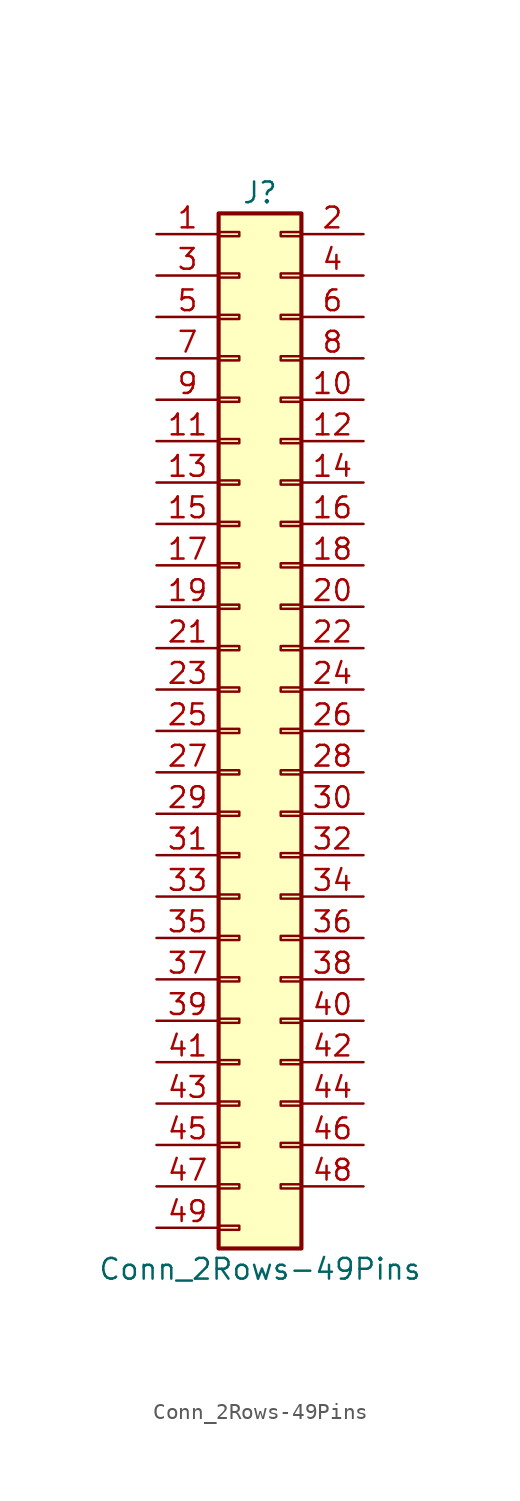
<source format=kicad_sym>
(kicad_symbol_lib
  (version 20220914)
  (generator kicad_symbol_editor)
  (symbol "Conn_2Rows-49Pins"
    (pin_names
      (offset 1.016) hide)
    (property "Reference" "J"
      (at 1.27 33.02 0)
      (effects (font (size 1.27 1.27))))
    (property "Value" "Conn_2Rows-49Pins"
      (at 1.27 -33.02 0)
      (effects (font (size 1.27 1.27))))
    (symbol "Conn_2Rows-49Pins_1_1"
      (rectangle (start -1.27 -30.353) (end 0 -30.607) (stroke (width 0.152) (type solid)) (fill (type none)))
      (rectangle (start -1.27 -27.813) (end 0 -28.067) (stroke (width 0.152) (type solid)) (fill (type none)))
      (rectangle (start -1.27 -25.273) (end 0 -25.527) (stroke (width 0.152) (type solid)) (fill (type none)))
      (rectangle (start -1.27 -22.733) (end 0 -22.987) (stroke (width 0.152) (type solid)) (fill (type none)))
      (rectangle (start -1.27 -20.193) (end 0 -20.447) (stroke (width 0.152) (type solid)) (fill (type none)))
      (rectangle (start -1.27 -17.653) (end 0 -17.907) (stroke (width 0.152) (type solid)) (fill (type none)))
      (rectangle (start -1.27 -15.113) (end 0 -15.367) (stroke (width 0.152) (type solid)) (fill (type none)))
      (rectangle (start -1.27 -12.573) (end 0 -12.827) (stroke (width 0.152) (type solid)) (fill (type none)))
      (rectangle (start -1.27 -10.033) (end 0 -10.287) (stroke (width 0.152) (type solid)) (fill (type none)))
      (rectangle (start -1.27 -7.493) (end 0 -7.747) (stroke (width 0.152) (type solid)) (fill (type none)))
      (rectangle (start -1.27 -4.953) (end 0 -5.207) (stroke (width 0.152) (type solid)) (fill (type none)))
      (rectangle (start -1.27 -2.413) (end 0 -2.667) (stroke (width 0.152) (type solid)) (fill (type none)))
      (rectangle (start -1.27 0.127) (end 0 -0.127) (stroke (width 0.152) (type solid)) (fill (type none)))
      (rectangle (start -1.27 2.667) (end 0 2.413) (stroke (width 0.152) (type solid)) (fill (type none)))
      (rectangle (start -1.27 5.207) (end 0 4.953) (stroke (width 0.152) (type solid)) (fill (type none)))
      (rectangle (start -1.27 7.747) (end 0 7.493) (stroke (width 0.152) (type solid)) (fill (type none)))
      (rectangle (start -1.27 10.287) (end 0 10.033) (stroke (width 0.152) (type solid)) (fill (type none)))
      (rectangle (start -1.27 12.827) (end 0 12.573) (stroke (width 0.152) (type solid)) (fill (type none)))
      (rectangle (start -1.27 15.367) (end 0 15.113) (stroke (width 0.152) (type solid)) (fill (type none)))
      (rectangle (start -1.27 17.907) (end 0 17.653) (stroke (width 0.152) (type solid)) (fill (type none)))
      (rectangle (start -1.27 20.447) (end 0 20.193) (stroke (width 0.152) (type solid)) (fill (type none)))
      (rectangle (start -1.27 22.987) (end 0 22.733) (stroke (width 0.152) (type solid)) (fill (type none)))
      (rectangle (start -1.27 25.527) (end 0 25.273) (stroke (width 0.152) (type solid)) (fill (type none)))
      (rectangle (start -1.27 28.067) (end 0 27.813) (stroke (width 0.152) (type solid)) (fill (type none)))
      (rectangle (start -1.27 30.607) (end 0 30.353) (stroke (width 0.152) (type solid)) (fill (type none)))
      (rectangle (start -1.27 31.75) (end 3.81 -31.75) (stroke (width 0.254) (type solid)) (fill (type background)))
      (rectangle (start 3.81 -27.813) (end 2.54 -28.067) (stroke (width 0.152) (type solid)) (fill (type none)))
      (rectangle (start 3.81 -25.273) (end 2.54 -25.527) (stroke (width 0.152) (type solid)) (fill (type none)))
      (rectangle (start 3.81 -22.733) (end 2.54 -22.987) (stroke (width 0.152) (type solid)) (fill (type none)))
      (rectangle (start 3.81 -20.193) (end 2.54 -20.447) (stroke (width 0.152) (type solid)) (fill (type none)))
      (rectangle (start 3.81 -17.653) (end 2.54 -17.907) (stroke (width 0.152) (type solid)) (fill (type none)))
      (rectangle (start 3.81 -15.113) (end 2.54 -15.367) (stroke (width 0.152) (type solid)) (fill (type none)))
      (rectangle (start 3.81 -12.573) (end 2.54 -12.827) (stroke (width 0.152) (type solid)) (fill (type none)))
      (rectangle (start 3.81 -10.033) (end 2.54 -10.287) (stroke (width 0.152) (type solid)) (fill (type none)))
      (rectangle (start 3.81 -7.493) (end 2.54 -7.747) (stroke (width 0.152) (type solid)) (fill (type none)))
      (rectangle (start 3.81 -4.953) (end 2.54 -5.207) (stroke (width 0.152) (type solid)) (fill (type none)))
      (rectangle (start 3.81 -2.413) (end 2.54 -2.667) (stroke (width 0.152) (type solid)) (fill (type none)))
      (rectangle (start 3.81 0.127) (end 2.54 -0.127) (stroke (width 0.152) (type solid)) (fill (type none)))
      (rectangle (start 3.81 2.667) (end 2.54 2.413) (stroke (width 0.152) (type solid)) (fill (type none)))
      (rectangle (start 3.81 5.207) (end 2.54 4.953) (stroke (width 0.152) (type solid)) (fill (type none)))
      (rectangle (start 3.81 7.747) (end 2.54 7.493) (stroke (width 0.152) (type solid)) (fill (type none)))
      (rectangle (start 3.81 10.287) (end 2.54 10.033) (stroke (width 0.152) (type solid)) (fill (type none)))
      (rectangle (start 3.81 12.827) (end 2.54 12.573) (stroke (width 0.152) (type solid)) (fill (type none)))
      (rectangle (start 3.81 15.367) (end 2.54 15.113) (stroke (width 0.152) (type solid)) (fill (type none)))
      (rectangle (start 3.81 17.907) (end 2.54 17.653) (stroke (width 0.152) (type solid)) (fill (type none)))
      (rectangle (start 3.81 20.447) (end 2.54 20.193) (stroke (width 0.152) (type solid)) (fill (type none)))
      (rectangle (start 3.81 22.987) (end 2.54 22.733) (stroke (width 0.152) (type solid)) (fill (type none)))
      (rectangle (start 3.81 25.527) (end 2.54 25.273) (stroke (width 0.152) (type solid)) (fill (type none)))
      (rectangle (start 3.81 28.067) (end 2.54 27.813) (stroke (width 0.152) (type solid)) (fill (type none)))
      (rectangle (start 3.81 30.607) (end 2.54 30.353) (stroke (width 0.152) (type solid)) (fill (type none)))
      (pin passive line (at -5.08 30.48 0) (length 3.81) (name "Pin_1" (effects (font (size 1.27 1.27)))) (number "1" (effects (font (size 1.27 1.27)))))
      (pin passive line (at 7.62 20.32 180) (length 3.81) (name "Pin_10" (effects (font (size 1.27 1.27)))) (number "10" (effects (font (size 1.27 1.27)))))
      (pin passive line (at -5.08 17.78 0) (length 3.81) (name "Pin_11" (effects (font (size 1.27 1.27)))) (number "11" (effects (font (size 1.27 1.27)))))
      (pin passive line (at 7.62 17.78 180) (length 3.81) (name "Pin_12" (effects (font (size 1.27 1.27)))) (number "12" (effects (font (size 1.27 1.27)))))
      (pin passive line (at -5.08 15.24 0) (length 3.81) (name "Pin_13" (effects (font (size 1.27 1.27)))) (number "13" (effects (font (size 1.27 1.27)))))
      (pin passive line (at 7.62 15.24 180) (length 3.81) (name "Pin_14" (effects (font (size 1.27 1.27)))) (number "14" (effects (font (size 1.27 1.27)))))
      (pin passive line (at -5.08 12.7 0) (length 3.81) (name "Pin_15" (effects (font (size 1.27 1.27)))) (number "15" (effects (font (size 1.27 1.27)))))
      (pin passive line (at 7.62 12.7 180) (length 3.81) (name "Pin_16" (effects (font (size 1.27 1.27)))) (number "16" (effects (font (size 1.27 1.27)))))
      (pin passive line (at -5.08 10.16 0) (length 3.81) (name "Pin_17" (effects (font (size 1.27 1.27)))) (number "17" (effects (font (size 1.27 1.27)))))
      (pin passive line (at 7.62 10.16 180) (length 3.81) (name "Pin_18" (effects (font (size 1.27 1.27)))) (number "18" (effects (font (size 1.27 1.27)))))
      (pin passive line (at -5.08 7.62 0) (length 3.81) (name "Pin_19" (effects (font (size 1.27 1.27)))) (number "19" (effects (font (size 1.27 1.27)))))
      (pin passive line (at 7.62 30.48 180) (length 3.81) (name "Pin_2" (effects (font (size 1.27 1.27)))) (number "2" (effects (font (size 1.27 1.27)))))
      (pin passive line (at 7.62 7.62 180) (length 3.81) (name "Pin_20" (effects (font (size 1.27 1.27)))) (number "20" (effects (font (size 1.27 1.27)))))
      (pin passive line (at -5.08 5.08 0) (length 3.81) (name "Pin_21" (effects (font (size 1.27 1.27)))) (number "21" (effects (font (size 1.27 1.27)))))
      (pin passive line (at 7.62 5.08 180) (length 3.81) (name "Pin_22" (effects (font (size 1.27 1.27)))) (number "22" (effects (font (size 1.27 1.27)))))
      (pin passive line (at -5.08 2.54 0) (length 3.81) (name "Pin_23" (effects (font (size 1.27 1.27)))) (number "23" (effects (font (size 1.27 1.27)))))
      (pin passive line (at 7.62 2.54 180) (length 3.81) (name "Pin_24" (effects (font (size 1.27 1.27)))) (number "24" (effects (font (size 1.27 1.27)))))
      (pin passive line (at -5.08 0 0) (length 3.81) (name "Pin_25" (effects (font (size 1.27 1.27)))) (number "25" (effects (font (size 1.27 1.27)))))
      (pin passive line (at 7.62 0 180) (length 3.81) (name "Pin_26" (effects (font (size 1.27 1.27)))) (number "26" (effects (font (size 1.27 1.27)))))
      (pin passive line (at -5.08 -2.54 0) (length 3.81) (name "Pin_27" (effects (font (size 1.27 1.27)))) (number "27" (effects (font (size 1.27 1.27)))))
      (pin passive line (at 7.62 -2.54 180) (length 3.81) (name "Pin_28" (effects (font (size 1.27 1.27)))) (number "28" (effects (font (size 1.27 1.27)))))
      (pin passive line (at -5.08 -5.08 0) (length 3.81) (name "Pin_29" (effects (font (size 1.27 1.27)))) (number "29" (effects (font (size 1.27 1.27)))))
      (pin passive line (at -5.08 27.94 0) (length 3.81) (name "Pin_3" (effects (font (size 1.27 1.27)))) (number "3" (effects (font (size 1.27 1.27)))))
      (pin passive line (at 7.62 -5.08 180) (length 3.81) (name "Pin_30" (effects (font (size 1.27 1.27)))) (number "30" (effects (font (size 1.27 1.27)))))
      (pin passive line (at -5.08 -7.62 0) (length 3.81) (name "Pin_31" (effects (font (size 1.27 1.27)))) (number "31" (effects (font (size 1.27 1.27)))))
      (pin passive line (at 7.62 -7.62 180) (length 3.81) (name "Pin_32" (effects (font (size 1.27 1.27)))) (number "32" (effects (font (size 1.27 1.27)))))
      (pin passive line (at -5.08 -10.16 0) (length 3.81) (name "Pin_33" (effects (font (size 1.27 1.27)))) (number "33" (effects (font (size 1.27 1.27)))))
      (pin passive line (at 7.62 -10.16 180) (length 3.81) (name "Pin_34" (effects (font (size 1.27 1.27)))) (number "34" (effects (font (size 1.27 1.27)))))
      (pin passive line (at -5.08 -12.7 0) (length 3.81) (name "Pin_35" (effects (font (size 1.27 1.27)))) (number "35" (effects (font (size 1.27 1.27)))))
      (pin passive line (at 7.62 -12.7 180) (length 3.81) (name "Pin_36" (effects (font (size 1.27 1.27)))) (number "36" (effects (font (size 1.27 1.27)))))
      (pin passive line (at -5.08 -15.24 0) (length 3.81) (name "Pin_37" (effects (font (size 1.27 1.27)))) (number "37" (effects (font (size 1.27 1.27)))))
      (pin passive line (at 7.62 -15.24 180) (length 3.81) (name "Pin_38" (effects (font (size 1.27 1.27)))) (number "38" (effects (font (size 1.27 1.27)))))
      (pin passive line (at -5.08 -17.78 0) (length 3.81) (name "Pin_39" (effects (font (size 1.27 1.27)))) (number "39" (effects (font (size 1.27 1.27)))))
      (pin passive line (at 7.62 27.94 180) (length 3.81) (name "Pin_4" (effects (font (size 1.27 1.27)))) (number "4" (effects (font (size 1.27 1.27)))))
      (pin passive line (at 7.62 -17.78 180) (length 3.81) (name "Pin_40" (effects (font (size 1.27 1.27)))) (number "40" (effects (font (size 1.27 1.27)))))
      (pin passive line (at -5.08 -20.32 0) (length 3.81) (name "Pin_41" (effects (font (size 1.27 1.27)))) (number "41" (effects (font (size 1.27 1.27)))))
      (pin passive line (at 7.62 -20.32 180) (length 3.81) (name "Pin_42" (effects (font (size 1.27 1.27)))) (number "42" (effects (font (size 1.27 1.27)))))
      (pin passive line (at -5.08 -22.86 0) (length 3.81) (name "Pin_43" (effects (font (size 1.27 1.27)))) (number "43" (effects (font (size 1.27 1.27)))))
      (pin passive line (at 7.62 -22.86 180) (length 3.81) (name "Pin_44" (effects (font (size 1.27 1.27)))) (number "44" (effects (font (size 1.27 1.27)))))
      (pin passive line (at -5.08 -25.4 0) (length 3.81) (name "Pin_45" (effects (font (size 1.27 1.27)))) (number "45" (effects (font (size 1.27 1.27)))))
      (pin passive line (at 7.62 -25.4 180) (length 3.81) (name "Pin_46" (effects (font (size 1.27 1.27)))) (number "46" (effects (font (size 1.27 1.27)))))
      (pin passive line (at -5.08 -27.94 0) (length 3.81) (name "Pin_47" (effects (font (size 1.27 1.27)))) (number "47" (effects (font (size 1.27 1.27)))))
      (pin passive line (at 7.62 -27.94 180) (length 3.81) (name "Pin_48" (effects (font (size 1.27 1.27)))) (number "48" (effects (font (size 1.27 1.27)))))
      (pin passive line (at -5.08 -30.48 0) (length 3.81) (name "Pin_49" (effects (font (size 1.27 1.27)))) (number "49" (effects (font (size 1.27 1.27)))))
      (pin passive line (at -5.08 25.4 0) (length 3.81) (name "Pin_5" (effects (font (size 1.27 1.27)))) (number "5" (effects (font (size 1.27 1.27)))))
      (pin passive line (at 7.62 25.4 180) (length 3.81) (name "Pin_6" (effects (font (size 1.27 1.27)))) (number "6" (effects (font (size 1.27 1.27)))))
      (pin passive line (at -5.08 22.86 0) (length 3.81) (name "Pin_7" (effects (font (size 1.27 1.27)))) (number "7" (effects (font (size 1.27 1.27)))))
      (pin passive line (at 7.62 22.86 180) (length 3.81) (name "Pin_8" (effects (font (size 1.27 1.27)))) (number "8" (effects (font (size 1.27 1.27)))))
      (pin passive line (at -5.08 20.32 0) (length 3.81) (name "Pin_9" (effects (font (size 1.27 1.27)))) (number "9" (effects (font (size 1.27 1.27))))))))
</source>
